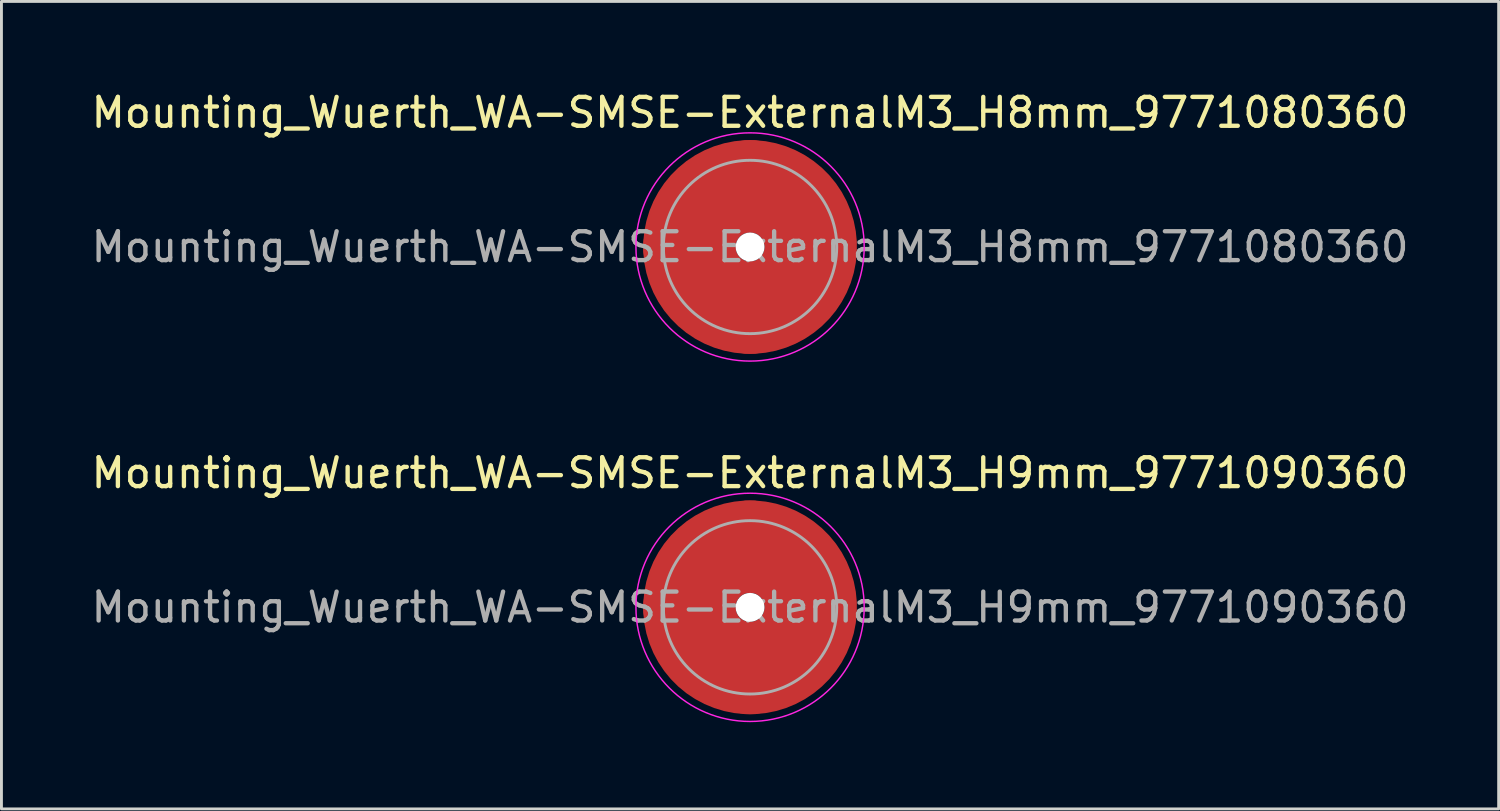
<source format=kicad_pcb>
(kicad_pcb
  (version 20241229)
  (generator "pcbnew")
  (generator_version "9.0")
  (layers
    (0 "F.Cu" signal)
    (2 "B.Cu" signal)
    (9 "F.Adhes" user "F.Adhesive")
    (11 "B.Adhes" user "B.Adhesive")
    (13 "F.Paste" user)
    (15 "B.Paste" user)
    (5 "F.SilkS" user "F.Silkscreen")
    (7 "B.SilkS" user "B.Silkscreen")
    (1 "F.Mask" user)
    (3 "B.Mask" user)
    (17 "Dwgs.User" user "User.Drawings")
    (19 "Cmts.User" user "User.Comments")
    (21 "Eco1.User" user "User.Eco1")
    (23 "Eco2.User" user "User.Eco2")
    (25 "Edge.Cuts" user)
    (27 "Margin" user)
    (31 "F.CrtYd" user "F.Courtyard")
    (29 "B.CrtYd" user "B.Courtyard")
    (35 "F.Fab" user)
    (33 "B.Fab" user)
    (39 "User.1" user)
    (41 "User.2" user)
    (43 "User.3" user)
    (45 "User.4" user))
  (footprint "Mounting_Wuerth_WA-SMSE-ExternalM3_H9mm_9771090360"
    (layer "F.Cu")
    (at 22.911 17.971)
    (property "Reference" "Mounting_Wuerth_WA-SMSE-ExternalM3_H9mm_9771090360" (at 0 -4.65 0) (layer "F.SilkS") (effects (font (size 1 1) (thickness 0.15))))
    (attr smd)
    (fp_circle (center 0 0) (end 3.95 0) (stroke (width 0.05) (type solid)) (fill no) (layer "F.CrtYd"))
    (fp_circle (center 0 0) (end 3 0) (stroke (width 0.1) (type solid)) (fill no) (layer "F.Fab"))
    (fp_text user "${REFERENCE}" (at 0 0 0) (layer "F.Fab") (effects (font (size 1 1) (thickness 0.15))))
    (pad "" smd custom (at 0 -2.1) (size 1.5 1.5) (layers "F.Paste") (options (anchor circle)) (primitives (gr_arc (start -0.305123 1.47) (mid 0 1.4) (end 0.305123 1.47) (width 0.2)) (gr_arc (start -0.493052 1.47) (mid 0 1.3) (end 0.493052 1.47) (width 0.2)) (gr_arc (start -0.642729 1.47) (mid 0 1.2) (end 0.642729 1.47) (width 0.2)) (gr_arc (start -0.776595 1.47) (mid 0 1.1) (end 0.776595 1.47) (width 0.2)) (gr_arc (start -0.901721 1.47) (mid 0 1) (end 0.901721 1.47) (width 0.2)) (gr_arc (start -1.021323 1.47) (mid 0 0.9) (end 1.021323 1.47) (width 0.2)) (gr_arc (start -1.137146 1.47) (mid 0 0.8) (end 1.137146 1.47) (width 0.2)) (gr_arc (start -1.25024 1.47) (mid 0 0.7) (end 1.25024 1.47) (width 0.2)) (gr_arc (start -1.361286 1.47) (mid 0 0.6) (end 1.361286 1.47) (width 0.2)) (gr_arc (start -1.470748 1.47) (mid 0 0.5) (end 1.470748 1.47) (width 0.2)) (gr_arc (start -1.578955 1.47) (mid 0 0.4) (end 1.578955 1.47) (width 0.2)) (gr_arc (start -1.686149 1.47) (mid 0 0.3) (end 1.686149 1.47) (width 0.2)) (gr_arc (start -1.792512 1.47) (mid 0 0.2) (end 1.792512 1.47) (width 0.2)) (gr_arc (start -1.898183 1.47) (mid 0 0.1) (end 1.898183 1.47) (width 0.2)) (gr_arc (start -2.003272 1.47) (mid 0 0) (end 2.003272 1.47) (width 0.2)) (gr_arc (start -2.107866 1.47) (mid 0 -0.1) (end 2.107866 1.47) (width 0.2)) (gr_arc (start -2.212035 1.47) (mid 0 -0.2) (end 2.212035 1.47) (width 0.2)) (gr_arc (start -2.315837 1.47) (mid 0 -0.3) (end 2.315837 1.47) (width 0.2)) (gr_arc (start -2.419318 1.47) (mid 0 -0.4) (end 2.419318 1.47) (width 0.2)) (gr_arc (start -2.522519 1.47) (mid 0 -0.5) (end 2.522519 1.47) (width 0.2)) (gr_arc (start -2.625471 1.47) (mid 0 -0.6) (end 2.625471 1.47) (width 0.2)) (gr_arc (start -2.728205 1.47) (mid 0 -0.7) (end 2.728205 1.47) (width 0.2)) (gr_arc (start -2.830742 1.47) (mid 0 -0.8) (end 2.830742 1.47) (width 0.2)) (gr_arc (start -2.933104 1.47) (mid 0 -0.9) (end 2.933104 1.47) (width 0.2)) (gr_arc (start -3.035309 1.47) (mid 0 -1) (end 3.035309 1.47) (width 0.2)) (gr_arc (start -3.137372 1.47) (mid 0 -1.1) (end 3.137372 1.47) (width 0.2)) (gr_arc (start -3.239305 1.47) (mid 0 -1.2) (end 3.239305 1.47) (width 0.2)) (gr_arc (start -3.341123 1.47) (mid 0 -1.3) (end 3.341123 1.47) (width 0.2)) (gr_arc (start -3.442833 1.47) (mid 0 -1.4) (end 3.442833 1.47) (width 0.2)) (gr_line (start 0.305 1.47) (end 3.443 1.47) (width 0.2)) (gr_line (start -0.305 1.47) (end -3.443 1.47) (width 0.2))))
    (pad "" np_thru_hole circle (at 0 0) (size 1 1) (drill 1) (layers "*.Cu" "*.Mask"))
    (pad "" smd custom (at 0 2.1) (size 1.5 1.5) (layers "F.Paste") (options (anchor circle)) (primitives (gr_arc (start 0.305123 -1.47) (mid 0 -1.4) (end -0.305123 -1.47) (width 0.2)) (gr_arc (start 0.493052 -1.47) (mid 0 -1.3) (end -0.493052 -1.47) (width 0.2)) (gr_arc (start 0.642729 -1.47) (mid 0 -1.2) (end -0.642729 -1.47) (width 0.2)) (gr_arc (start 0.776595 -1.47) (mid 0 -1.1) (end -0.776595 -1.47) (width 0.2)) (gr_arc (start 0.901721 -1.47) (mid 0 -1) (end -0.901721 -1.47) (width 0.2)) (gr_arc (start 1.021323 -1.47) (mid 0 -0.9) (end -1.021323 -1.47) (width 0.2)) (gr_arc (start 1.137146 -1.47) (mid 0 -0.8) (end -1.137146 -1.47) (width 0.2)) (gr_arc (start 1.25024 -1.47) (mid 0 -0.7) (end -1.25024 -1.47) (width 0.2)) (gr_arc (start 1.361286 -1.47) (mid 0 -0.6) (end -1.361286 -1.47) (width 0.2)) (gr_arc (start 1.470748 -1.47) (mid 0 -0.5) (end -1.470748 -1.47) (width 0.2)) (gr_arc (start 1.578955 -1.47) (mid 0 -0.4) (end -1.578955 -1.47) (width 0.2)) (gr_arc (start 1.686149 -1.47) (mid 0 -0.3) (end -1.686149 -1.47) (width 0.2)) (gr_arc (start 1.792512 -1.47) (mid 0 -0.2) (end -1.792512 -1.47) (width 0.2)) (gr_arc (start 1.898183 -1.47) (mid 0 -0.1) (end -1.898183 -1.47) (width 0.2)) (gr_arc (start 2.003272 -1.47) (mid 0 0) (end -2.003272 -1.47) (width 0.2)) (gr_arc (start 2.107866 -1.47) (mid 0 0.1) (end -2.107866 -1.47) (width 0.2)) (gr_arc (start 2.212035 -1.47) (mid 0 0.2) (end -2.212035 -1.47) (width 0.2)) (gr_arc (start 2.315837 -1.47) (mid 0 0.3) (end -2.315837 -1.47) (width 0.2)) (gr_arc (start 2.419318 -1.47) (mid 0 0.4) (end -2.419318 -1.47) (width 0.2)) (gr_arc (start 2.522519 -1.47) (mid 0 0.5) (end -2.522519 -1.47) (width 0.2)) (gr_arc (start 2.625471 -1.47) (mid 0 0.6) (end -2.625471 -1.47) (width 0.2)) (gr_arc (start 2.728205 -1.47) (mid 0 0.7) (end -2.728205 -1.47) (width 0.2)) (gr_arc (start 2.830742 -1.47) (mid 0 0.8) (end -2.830742 -1.47) (width 0.2)) (gr_arc (start 2.933104 -1.47) (mid 0 0.9) (end -2.933104 -1.47) (width 0.2)) (gr_arc (start 3.035309 -1.47) (mid 0 1) (end -3.035309 -1.47) (width 0.2)) (gr_arc (start 3.137372 -1.47) (mid 0 1.1) (end -3.137372 -1.47) (width 0.2)) (gr_arc (start 3.239305 -1.47) (mid 0 1.2) (end -3.239305 -1.47) (width 0.2)) (gr_arc (start 3.341123 -1.47) (mid 0 1.3) (end -3.341123 -1.47) (width 0.2)) (gr_arc (start 3.442833 -1.47) (mid 0 1.4) (end -3.442833 -1.47) (width 0.2)) (gr_line (start -0.305 -1.47) (end -3.443 -1.47) (width 0.2)) (gr_line (start 0.305 -1.47) (end 3.443 -1.47) (width 0.2))))
    (pad "1" smd circle (at -2.1 0) (size 3.2 3.2) (layers "F.Cu"))
    (pad "1" smd circle (at 0 -2.1) (size 3.2 3.2) (layers "F.Cu"))
    (pad "1" smd circle (at 0 2.1) (size 3.2 3.2) (layers "F.Cu"))
    (pad "1" smd custom (at 2.1 0) (size 3.2 3.2) (layers "F.Cu" "F.Mask") (options (anchor circle)) (primitives (gr_circle (center -2.1 0) (end 0 0) (width 3.2) (fill no)))))
  (footprint "Mounting_Wuerth_WA-SMSE-ExternalM3_H8mm_9771080360"
    (layer "F.Cu")
    (at 22.911 5.498)
    (property "Reference" "Mounting_Wuerth_WA-SMSE-ExternalM3_H8mm_9771080360" (at 0 -4.65 0) (layer "F.SilkS") (effects (font (size 1 1) (thickness 0.15))))
    (attr smd)
    (fp_circle (center 0 0) (end 3.95 0) (stroke (width 0.05) (type solid)) (fill no) (layer "F.CrtYd"))
    (fp_circle (center 0 0) (end 3 0) (stroke (width 0.1) (type solid)) (fill no) (layer "F.Fab"))
    (fp_text user "${REFERENCE}" (at 0 0 0) (layer "F.Fab") (effects (font (size 1 1) (thickness 0.15))))
    (pad "" smd custom (at 0 -2.1) (size 1.5 1.5) (layers "F.Paste") (options (anchor circle)) (primitives (gr_arc (start -0.305123 1.47) (mid 0 1.4) (end 0.305123 1.47) (width 0.2)) (gr_arc (start -0.493052 1.47) (mid 0 1.3) (end 0.493052 1.47) (width 0.2)) (gr_arc (start -0.642729 1.47) (mid 0 1.2) (end 0.642729 1.47) (width 0.2)) (gr_arc (start -0.776595 1.47) (mid 0 1.1) (end 0.776595 1.47) (width 0.2)) (gr_arc (start -0.901721 1.47) (mid 0 1) (end 0.901721 1.47) (width 0.2)) (gr_arc (start -1.021323 1.47) (mid 0 0.9) (end 1.021323 1.47) (width 0.2)) (gr_arc (start -1.137146 1.47) (mid 0 0.8) (end 1.137146 1.47) (width 0.2)) (gr_arc (start -1.25024 1.47) (mid 0 0.7) (end 1.25024 1.47) (width 0.2)) (gr_arc (start -1.361286 1.47) (mid 0 0.6) (end 1.361286 1.47) (width 0.2)) (gr_arc (start -1.470748 1.47) (mid 0 0.5) (end 1.470748 1.47) (width 0.2)) (gr_arc (start -1.578955 1.47) (mid 0 0.4) (end 1.578955 1.47) (width 0.2)) (gr_arc (start -1.686149 1.47) (mid 0 0.3) (end 1.686149 1.47) (width 0.2)) (gr_arc (start -1.792512 1.47) (mid 0 0.2) (end 1.792512 1.47) (width 0.2)) (gr_arc (start -1.898183 1.47) (mid 0 0.1) (end 1.898183 1.47) (width 0.2)) (gr_arc (start -2.003272 1.47) (mid 0 0) (end 2.003272 1.47) (width 0.2)) (gr_arc (start -2.107866 1.47) (mid 0 -0.1) (end 2.107866 1.47) (width 0.2)) (gr_arc (start -2.212035 1.47) (mid 0 -0.2) (end 2.212035 1.47) (width 0.2)) (gr_arc (start -2.315837 1.47) (mid 0 -0.3) (end 2.315837 1.47) (width 0.2)) (gr_arc (start -2.419318 1.47) (mid 0 -0.4) (end 2.419318 1.47) (width 0.2)) (gr_arc (start -2.522519 1.47) (mid 0 -0.5) (end 2.522519 1.47) (width 0.2)) (gr_arc (start -2.625471 1.47) (mid 0 -0.6) (end 2.625471 1.47) (width 0.2)) (gr_arc (start -2.728205 1.47) (mid 0 -0.7) (end 2.728205 1.47) (width 0.2)) (gr_arc (start -2.830742 1.47) (mid 0 -0.8) (end 2.830742 1.47) (width 0.2)) (gr_arc (start -2.933104 1.47) (mid 0 -0.9) (end 2.933104 1.47) (width 0.2)) (gr_arc (start -3.035309 1.47) (mid 0 -1) (end 3.035309 1.47) (width 0.2)) (gr_arc (start -3.137372 1.47) (mid 0 -1.1) (end 3.137372 1.47) (width 0.2)) (gr_arc (start -3.239305 1.47) (mid 0 -1.2) (end 3.239305 1.47) (width 0.2)) (gr_arc (start -3.341123 1.47) (mid 0 -1.3) (end 3.341123 1.47) (width 0.2)) (gr_arc (start -3.442833 1.47) (mid 0 -1.4) (end 3.442833 1.47) (width 0.2)) (gr_line (start 0.305 1.47) (end 3.443 1.47) (width 0.2)) (gr_line (start -0.305 1.47) (end -3.443 1.47) (width 0.2))))
    (pad "" np_thru_hole circle (at 0 0) (size 1 1) (drill 1) (layers "*.Cu" "*.Mask"))
    (pad "" smd custom (at 0 2.1) (size 1.5 1.5) (layers "F.Paste") (options (anchor circle)) (primitives (gr_arc (start 0.305123 -1.47) (mid 0 -1.4) (end -0.305123 -1.47) (width 0.2)) (gr_arc (start 0.493052 -1.47) (mid 0 -1.3) (end -0.493052 -1.47) (width 0.2)) (gr_arc (start 0.642729 -1.47) (mid 0 -1.2) (end -0.642729 -1.47) (width 0.2)) (gr_arc (start 0.776595 -1.47) (mid 0 -1.1) (end -0.776595 -1.47) (width 0.2)) (gr_arc (start 0.901721 -1.47) (mid 0 -1) (end -0.901721 -1.47) (width 0.2)) (gr_arc (start 1.021323 -1.47) (mid 0 -0.9) (end -1.021323 -1.47) (width 0.2)) (gr_arc (start 1.137146 -1.47) (mid 0 -0.8) (end -1.137146 -1.47) (width 0.2)) (gr_arc (start 1.25024 -1.47) (mid 0 -0.7) (end -1.25024 -1.47) (width 0.2)) (gr_arc (start 1.361286 -1.47) (mid 0 -0.6) (end -1.361286 -1.47) (width 0.2)) (gr_arc (start 1.470748 -1.47) (mid 0 -0.5) (end -1.470748 -1.47) (width 0.2)) (gr_arc (start 1.578955 -1.47) (mid 0 -0.4) (end -1.578955 -1.47) (width 0.2)) (gr_arc (start 1.686149 -1.47) (mid 0 -0.3) (end -1.686149 -1.47) (width 0.2)) (gr_arc (start 1.792512 -1.47) (mid 0 -0.2) (end -1.792512 -1.47) (width 0.2)) (gr_arc (start 1.898183 -1.47) (mid 0 -0.1) (end -1.898183 -1.47) (width 0.2)) (gr_arc (start 2.003272 -1.47) (mid 0 0) (end -2.003272 -1.47) (width 0.2)) (gr_arc (start 2.107866 -1.47) (mid 0 0.1) (end -2.107866 -1.47) (width 0.2)) (gr_arc (start 2.212035 -1.47) (mid 0 0.2) (end -2.212035 -1.47) (width 0.2)) (gr_arc (start 2.315837 -1.47) (mid 0 0.3) (end -2.315837 -1.47) (width 0.2)) (gr_arc (start 2.419318 -1.47) (mid 0 0.4) (end -2.419318 -1.47) (width 0.2)) (gr_arc (start 2.522519 -1.47) (mid 0 0.5) (end -2.522519 -1.47) (width 0.2)) (gr_arc (start 2.625471 -1.47) (mid 0 0.6) (end -2.625471 -1.47) (width 0.2)) (gr_arc (start 2.728205 -1.47) (mid 0 0.7) (end -2.728205 -1.47) (width 0.2)) (gr_arc (start 2.830742 -1.47) (mid 0 0.8) (end -2.830742 -1.47) (width 0.2)) (gr_arc (start 2.933104 -1.47) (mid 0 0.9) (end -2.933104 -1.47) (width 0.2)) (gr_arc (start 3.035309 -1.47) (mid 0 1) (end -3.035309 -1.47) (width 0.2)) (gr_arc (start 3.137372 -1.47) (mid 0 1.1) (end -3.137372 -1.47) (width 0.2)) (gr_arc (start 3.239305 -1.47) (mid 0 1.2) (end -3.239305 -1.47) (width 0.2)) (gr_arc (start 3.341123 -1.47) (mid 0 1.3) (end -3.341123 -1.47) (width 0.2)) (gr_arc (start 3.442833 -1.47) (mid 0 1.4) (end -3.442833 -1.47) (width 0.2)) (gr_line (start -0.305 -1.47) (end -3.443 -1.47) (width 0.2)) (gr_line (start 0.305 -1.47) (end 3.443 -1.47) (width 0.2))))
    (pad "1" smd circle (at -2.1 0) (size 3.2 3.2) (layers "F.Cu"))
    (pad "1" smd circle (at 0 -2.1) (size 3.2 3.2) (layers "F.Cu"))
    (pad "1" smd circle (at 0 2.1) (size 3.2 3.2) (layers "F.Cu"))
    (pad "1" smd custom (at 2.1 0) (size 3.2 3.2) (layers "F.Cu" "F.Mask") (options (anchor circle)) (primitives (gr_circle (center -2.1 0) (end 0 0) (width 3.2) (fill no)))))
  (gr_rect
    (start -3 -3)
    (end 48.821 24.947)
    (stroke (width 0.1) (type default))
    (fill no)
    (layer "Edge.Cuts")))
</source>
